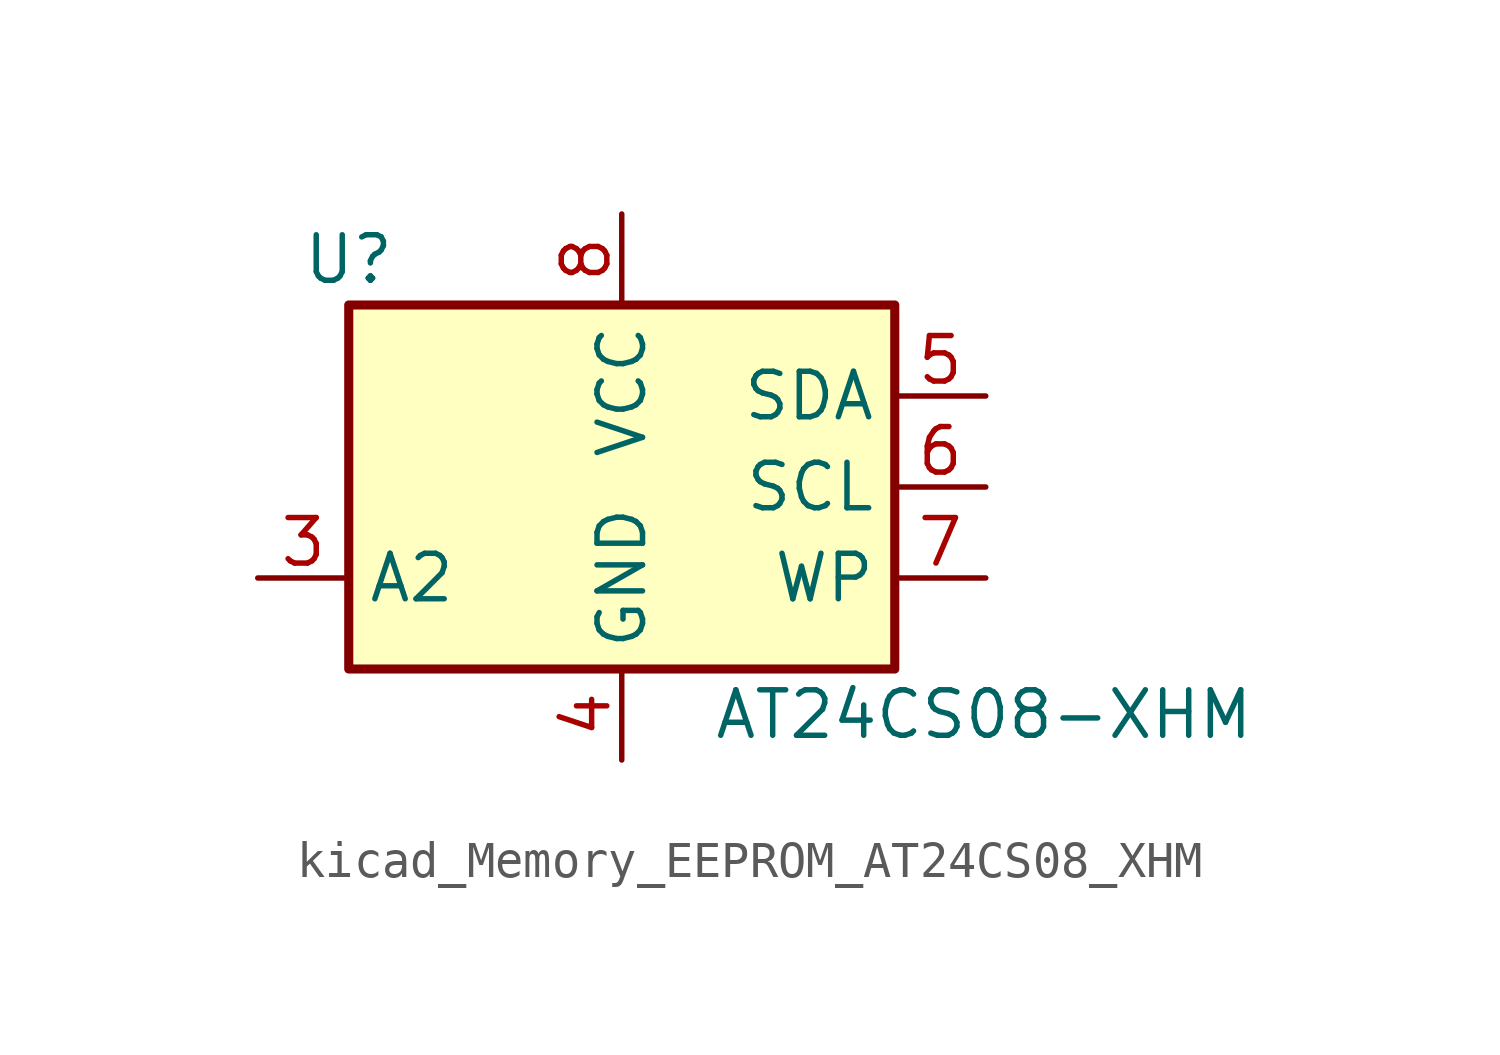
<source format=kicad_sym>
(kicad_symbol_lib
  (version 20220914)
  (generator kicad_symbol_editor)
  (symbol "kicad_Memory_EEPROM_AT24CS08_XHM"
    (property "Reference" "U"
      (at -7.62 6.35 0)
      (effects (font (size 1.27 1.27))))
    (property "Value" "AT24CS08-XHM"
      (at 2.54 -6.35 0)
      (effects (font (size 1.27 1.27)) (justify left)))
    (symbol "kicad_Memory_EEPROM_AT24CS08_XHM_1_1"
      (rectangle (start -7.62 5.08) (end 7.62 -5.08) (stroke (width 0.254) (type default)) (fill (type background)))
      (pin no_connect line (at -7.62 2.54 0) (length 2.54) hide (name "NC" (effects (font (size 1.27 1.27)))) (number "1" (effects (font (size 1.27 1.27)))))
      (pin no_connect line (at -7.62 0 0) (length 2.54) hide (name "NC" (effects (font (size 1.27 1.27)))) (number "2" (effects (font (size 1.27 1.27)))))
      (pin input line (at -10.16 -2.54 0) (length 2.54) (name "A2" (effects (font (size 1.27 1.27)))) (number "3" (effects (font (size 1.27 1.27)))))
      (pin power_in line (at 0 -7.62 90) (length 2.54) (name "GND" (effects (font (size 1.27 1.27)))) (number "4" (effects (font (size 1.27 1.27)))))
      (pin bidirectional line (at 10.16 2.54 180) (length 2.54) (name "SDA" (effects (font (size 1.27 1.27)))) (number "5" (effects (font (size 1.27 1.27)))))
      (pin input line (at 10.16 0 180) (length 2.54) (name "SCL" (effects (font (size 1.27 1.27)))) (number "6" (effects (font (size 1.27 1.27)))))
      (pin input line (at 10.16 -2.54 180) (length 2.54) (name "WP" (effects (font (size 1.27 1.27)))) (number "7" (effects (font (size 1.27 1.27)))))
      (pin power_in line (at 0 7.62 270) (length 2.54) (name "VCC" (effects (font (size 1.27 1.27)))) (number "8" (effects (font (size 1.27 1.27))))))))
</source>
